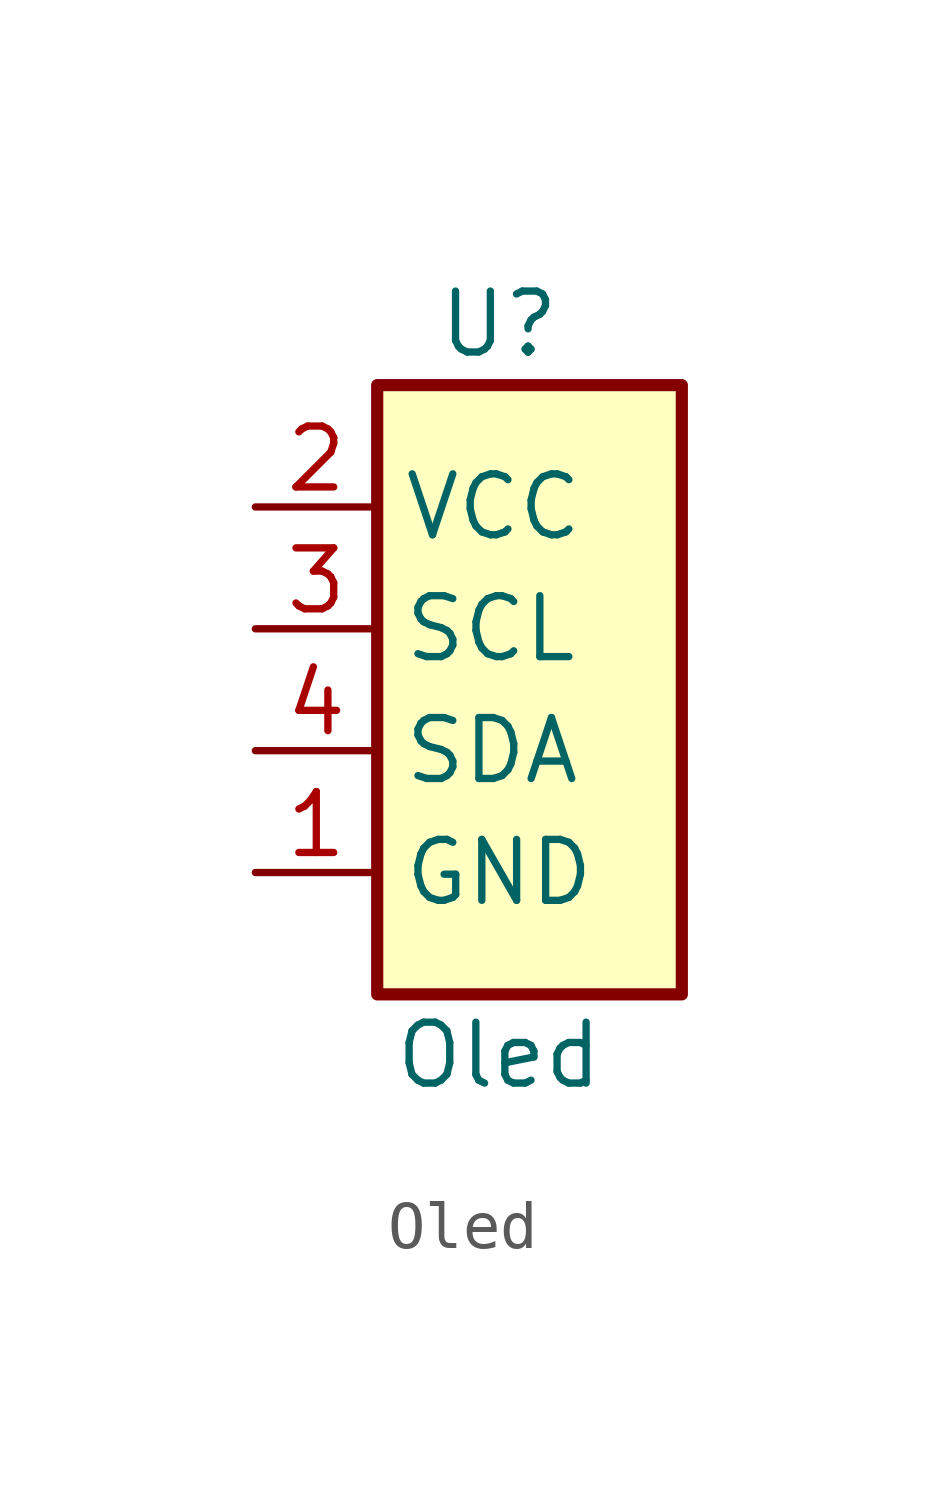
<source format=kicad_sym>
(kicad_symbol_lib
  (version 20211014)
  (generator kicad_symbol_editor)
  (symbol "Oled"
    (property "Reference" "U"
      (at -1.27 7.62 0)
      (effects (font (size 1.27 1.27))))
    (property "Value" "Oled"
      (at -1.27 -7.62 0)
      (effects (font (size 1.27 1.27))))
    (symbol "Oled_0_1"
      (rectangle (start -3.81 6.35) (end 2.54 -6.35) (stroke (width 0.254) (type default) (color 0 0 0 0)) (fill (type background))))
    (symbol "Oled_1_1"
      (pin power_in line (at -6.35 -3.81 0) (length 2.54) (name "GND" (effects (font (size 1.27 1.27)))) (number "1" (effects (font (size 1.27 1.27)))))
      (pin power_in line (at -6.35 3.81 0) (length 2.54) (name "VCC" (effects (font (size 1.27 1.27)))) (number "2" (effects (font (size 1.27 1.27)))))
      (pin input line (at -6.35 1.27 0) (length 2.54) (name "SCL" (effects (font (size 1.27 1.27)))) (number "3" (effects (font (size 1.27 1.27)))))
      (pin bidirectional line (at -6.35 -1.27 0) (length 2.54) (name "SDA" (effects (font (size 1.27 1.27)))) (number "4" (effects (font (size 1.27 1.27))))))))
</source>
